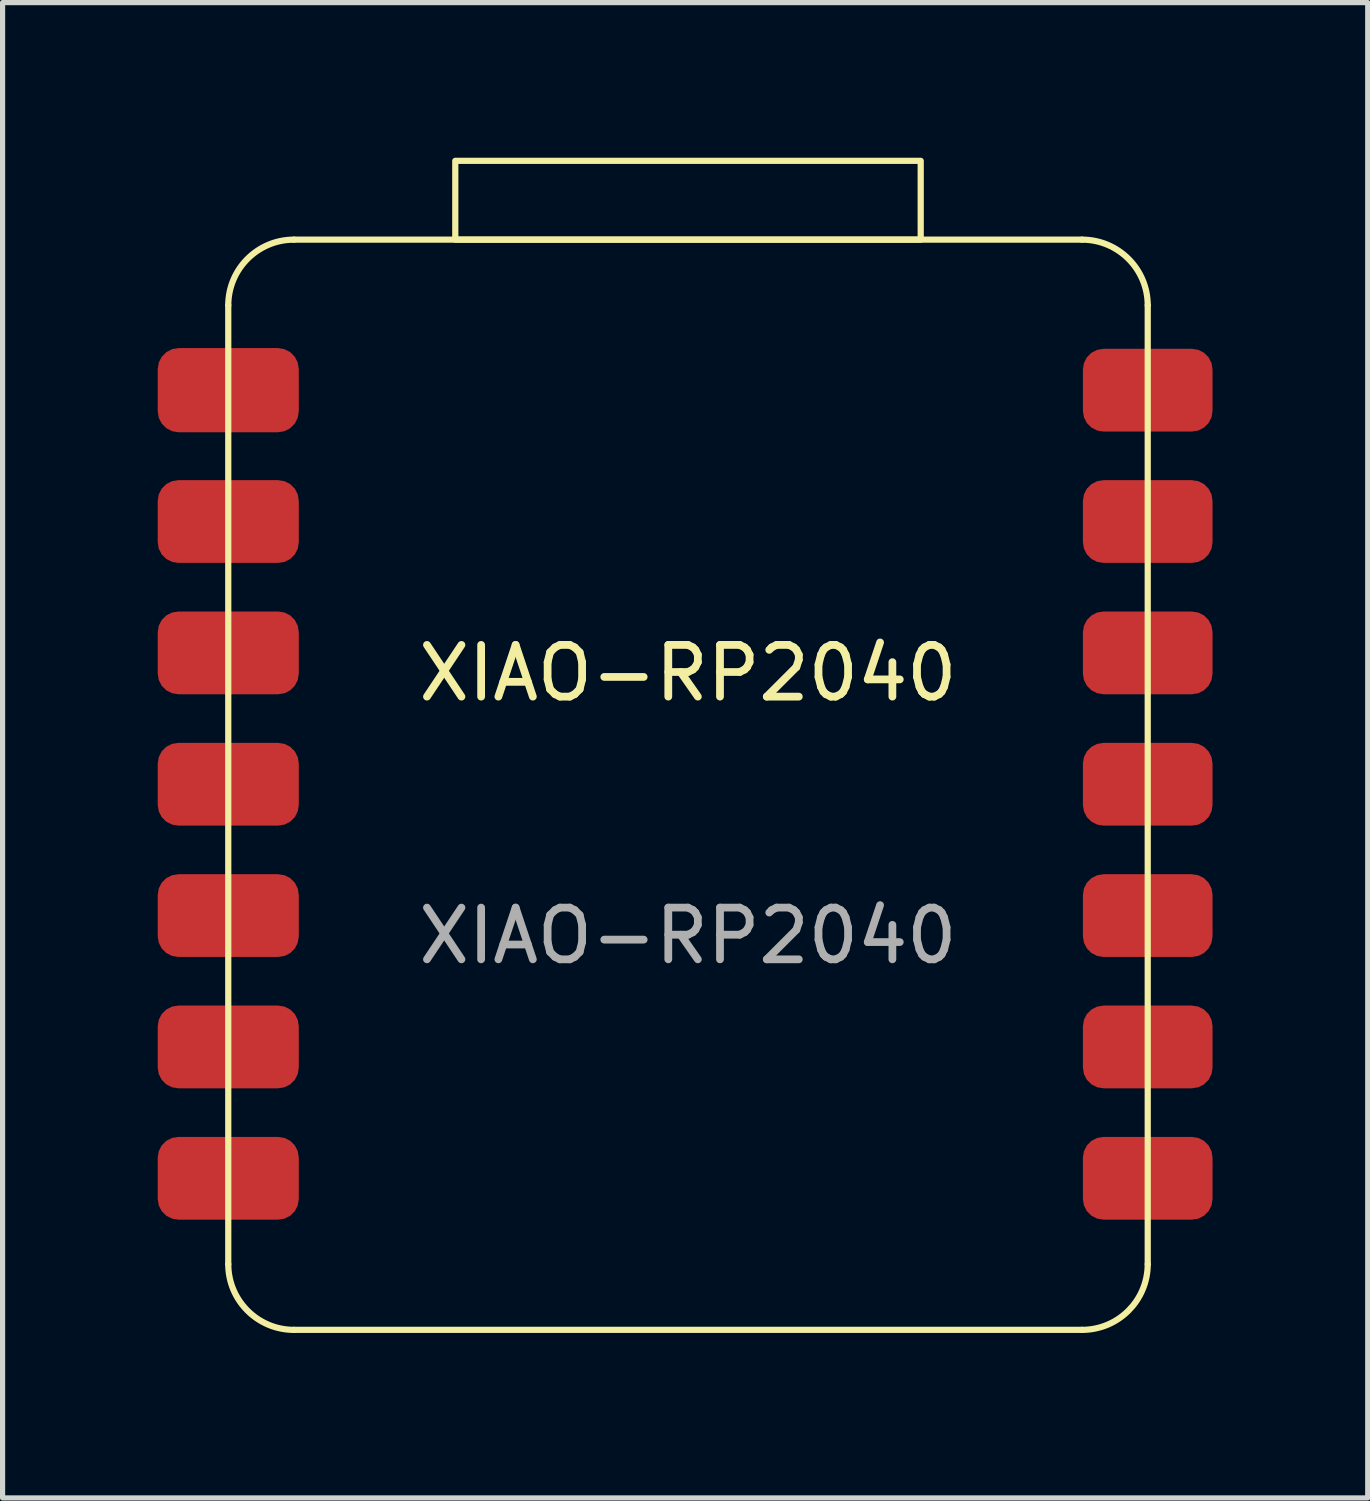
<source format=kicad_pcb>
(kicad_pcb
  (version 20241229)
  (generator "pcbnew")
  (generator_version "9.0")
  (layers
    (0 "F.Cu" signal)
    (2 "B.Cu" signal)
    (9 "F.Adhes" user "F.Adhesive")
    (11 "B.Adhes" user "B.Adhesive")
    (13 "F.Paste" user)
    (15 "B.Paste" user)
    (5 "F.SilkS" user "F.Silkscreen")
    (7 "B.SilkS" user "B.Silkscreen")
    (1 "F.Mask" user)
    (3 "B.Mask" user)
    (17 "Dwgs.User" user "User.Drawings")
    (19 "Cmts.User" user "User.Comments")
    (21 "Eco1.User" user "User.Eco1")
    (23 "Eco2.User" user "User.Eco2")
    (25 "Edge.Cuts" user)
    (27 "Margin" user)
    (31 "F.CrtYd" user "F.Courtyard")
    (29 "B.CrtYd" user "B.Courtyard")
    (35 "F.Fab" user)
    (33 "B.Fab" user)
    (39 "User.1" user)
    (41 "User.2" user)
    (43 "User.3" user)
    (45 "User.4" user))
  (footprint "XIAO-RP2040"
    (layer "F.Cu")
    (at 1.364 22.666)
    (property "Reference" "XIAO-RP2040" (at 8.89 -12.7 0) (unlocked yes) (layer "F.SilkS") (effects (font (size 1 1) (thickness 0.15))))
    (attr through_hole)
    (fp_line (start 0 -1.27) (end 0 -19.812) (stroke (width 0.12) (type solid)) (layer "F.SilkS"))
    (fp_line (start 1.27 -21.082) (end 16.51 -21.082) (stroke (width 0.12) (type solid)) (layer "F.SilkS"))
    (fp_line (start 16.51 0) (end 1.27 0) (stroke (width 0.12) (type solid)) (layer "F.SilkS"))
    (fp_line (start 17.78 -19.812) (end 17.78 -1.27) (stroke (width 0.12) (type solid)) (layer "F.SilkS"))
    (fp_rect (start 4.39 -21.082) (end 13.39 -22.606) (stroke (width 0.12) (type solid)) (fill no) (layer "F.SilkS"))
    (fp_arc (start 0 -19.812) (mid 0.371974 -20.710026) (end 1.27 -21.082) (stroke (width 0.12) (type solid)) (layer "F.SilkS"))
    (fp_arc (start 1.27 0) (mid 0.371974 -0.371974) (end 0 -1.27) (stroke (width 0.12) (type solid)) (layer "F.SilkS"))
    (fp_arc (start 16.51 -21.082) (mid 17.408026 -20.710026) (end 17.78 -19.812) (stroke (width 0.12) (type solid)) (layer "F.SilkS"))
    (fp_arc (start 17.78 -1.27) (mid 17.408026 -0.371974) (end 16.51 0) (stroke (width 0.12) (type solid)) (layer "F.SilkS"))
    (fp_text user "${REFERENCE}" (at 8.89 -7.62 0) (unlocked yes) (layer "F.Fab") (effects (font (size 1 1) (thickness 0.15))))
    (pad "1" smd roundrect (at 0 -18.171) (size 2.728 1.629) (layers "F.Cu" "F.Mask" "F.Paste") (roundrect_rratio 0.25))
    (pad "2" smd roundrect (at 0 -15.631) (size 2.728 1.6) (layers "F.Cu" "F.Mask" "F.Paste") (roundrect_rratio 0.25))
    (pad "3" smd roundrect (at 0 -13.091) (size 2.728 1.6) (layers "F.Cu" "F.Mask" "F.Paste") (roundrect_rratio 0.25))
    (pad "4" smd roundrect (at 0 -10.551) (size 2.728 1.6) (layers "F.Cu" "F.Mask" "F.Paste") (roundrect_rratio 0.25))
    (pad "5" smd roundrect (at 0 -8.011) (size 2.728 1.6) (layers "F.Cu" "F.Mask" "F.Paste") (roundrect_rratio 0.25))
    (pad "6" smd roundrect (at 0 -5.471) (size 2.728 1.6) (layers "F.Cu" "F.Mask" "F.Paste") (roundrect_rratio 0.25))
    (pad "7" smd roundrect (at 0 -2.931) (size 2.728 1.6) (layers "F.Cu" "F.Mask" "F.Paste") (roundrect_rratio 0.25))
    (pad "8" smd roundrect (at 17.78 -2.931) (size 2.507 1.6) (layers "F.Cu" "F.Mask" "F.Paste") (roundrect_rratio 0.25))
    (pad "9" smd roundrect (at 17.78 -5.471) (size 2.507 1.6) (layers "F.Cu" "F.Mask" "F.Paste") (roundrect_rratio 0.25))
    (pad "10" smd roundrect (at 17.78 -8.011) (size 2.507 1.6) (layers "F.Cu" "F.Mask" "F.Paste") (roundrect_rratio 0.25))
    (pad "11" smd roundrect (at 17.78 -10.551) (size 2.507 1.6) (layers "F.Cu" "F.Mask" "F.Paste") (roundrect_rratio 0.25))
    (pad "12" smd roundrect (at 17.78 -13.091) (size 2.507 1.6) (layers "F.Cu" "F.Mask" "F.Paste") (roundrect_rratio 0.25))
    (pad "13" smd roundrect (at 17.78 -15.631) (size 2.507 1.6) (layers "F.Cu" "F.Mask" "F.Paste") (roundrect_rratio 0.25))
    (pad "14" smd roundrect (at 17.78 -18.171) (size 2.507 1.6) (layers "F.Cu" "F.Mask" "F.Paste") (roundrect_rratio 0.25)))
  (gr_rect
    (start -3 -3)
    (end 23.398 25.916)
    (stroke (width 0.1) (type default))
    (fill no)
    (layer "Edge.Cuts")))
</source>
